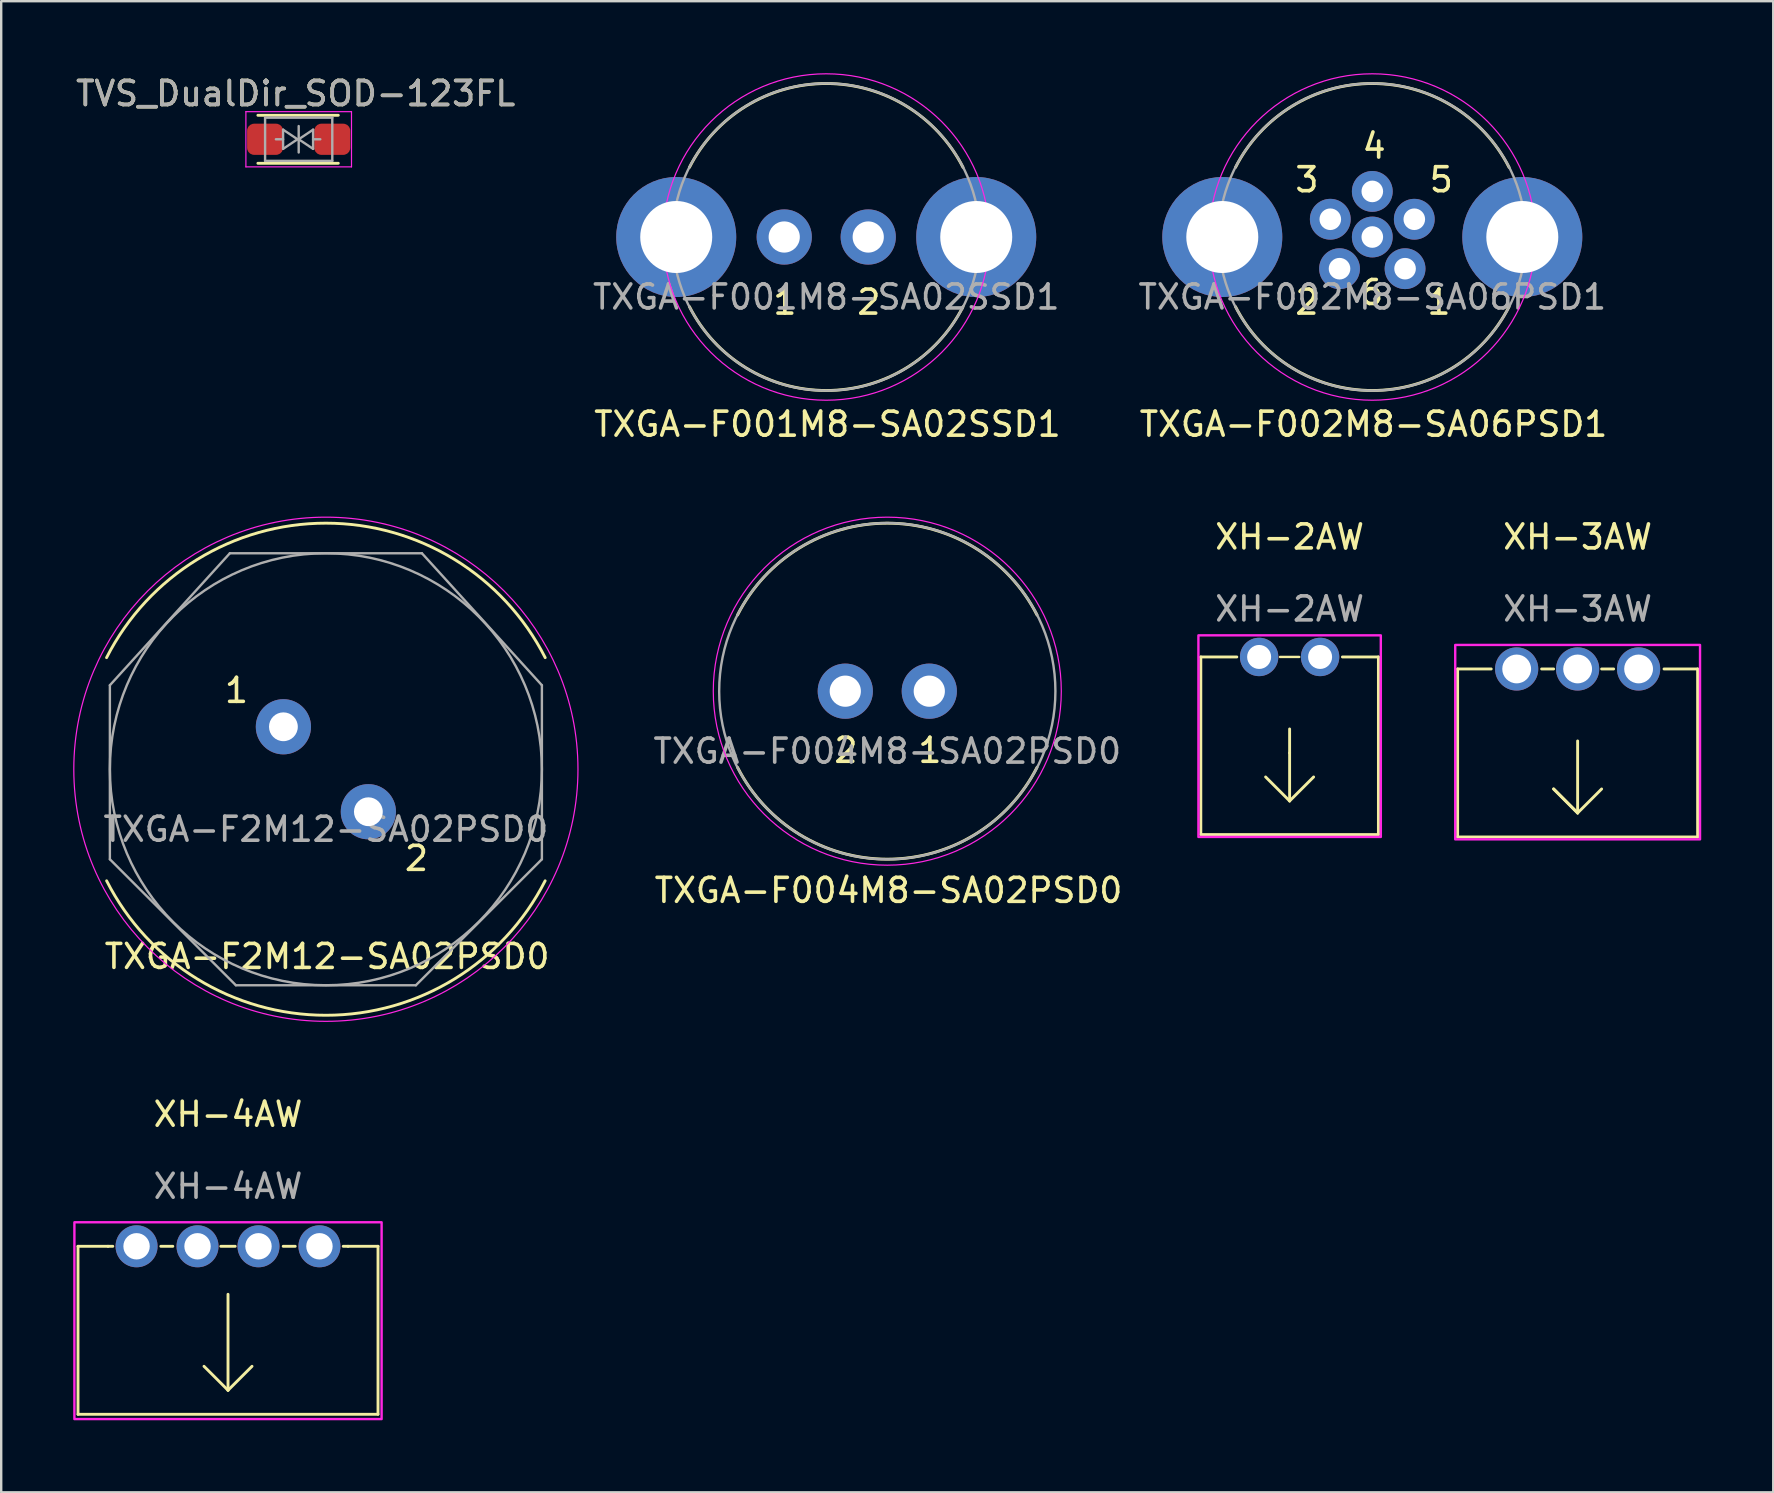
<source format=kicad_pcb>
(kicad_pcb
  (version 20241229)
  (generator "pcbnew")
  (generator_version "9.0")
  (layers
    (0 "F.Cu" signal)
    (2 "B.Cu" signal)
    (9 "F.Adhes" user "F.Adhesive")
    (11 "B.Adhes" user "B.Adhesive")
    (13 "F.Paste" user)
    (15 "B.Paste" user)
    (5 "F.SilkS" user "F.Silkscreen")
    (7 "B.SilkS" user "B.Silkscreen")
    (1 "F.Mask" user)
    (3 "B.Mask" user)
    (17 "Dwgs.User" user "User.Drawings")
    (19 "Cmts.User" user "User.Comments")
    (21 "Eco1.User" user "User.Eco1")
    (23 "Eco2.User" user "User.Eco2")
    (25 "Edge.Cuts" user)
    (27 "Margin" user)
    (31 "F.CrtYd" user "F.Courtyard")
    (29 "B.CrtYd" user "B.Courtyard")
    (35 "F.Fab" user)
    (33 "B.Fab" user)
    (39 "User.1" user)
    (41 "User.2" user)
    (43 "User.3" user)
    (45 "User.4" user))
  (footprint "TXGA-F004M8-SA02PSD0"
    (layer "F.Cu")
    (at 33.919 25.748)
    (property "Reference" "TXGA-F004M8-SA02PSD0" (at 0.05 8.3 0) (unlocked yes) (layer "F.SilkS") (effects (font (size 1 1) (thickness 0.15))))
    (attr through_hole)
    (fp_arc (start -6.238946 -3.1742) (mid 0 -6.999999) (end 6.238946 -3.1742) (stroke (width 0.12) (type default)) (layer "F.SilkS"))
    (fp_arc (start 6.238946 3.1742) (mid 0 6.999999) (end -6.238946 3.1742) (stroke (width 0.12) (type default)) (layer "F.SilkS"))
    (fp_circle (center 0 0) (end 7.25 0) (stroke (width 0.05) (type default)) (fill no) (layer "F.CrtYd"))
    (fp_circle (center 0 0) (end 7 0.25) (stroke (width 0.1) (type default)) (fill no) (layer "F.Fab"))
    (fp_text user "2" (at -2.3 3.05 0) (unlocked yes) (layer "F.SilkS") (effects (font (size 1 1) (thickness 0.15)) (justify left bottom)))
    (fp_text user "1" (at 1.2 3.05 0) (unlocked yes) (layer "F.SilkS") (effects (font (size 1 1) (thickness 0.15)) (justify left bottom)))
    (fp_text user "${REFERENCE}" (at 0 2.5 0) (unlocked yes) (layer "F.Fab") (effects (font (size 1 1) (thickness 0.15))))
    (pad "1" thru_hole circle (at -1.75 0) (size 2.3 2.3) (drill 1.3) (layers "*.Cu" "*.Mask"))
    (pad "2" thru_hole circle (at 1.75 0) (size 2.3 2.3) (drill 1.3) (layers "*.Cu" "*.Mask")))
  (footprint "XH-3AW"
    (layer "F.Cu")
    (at 62.682 24.822)
    (property "Reference" "XH-3AW" (at 0 -5.5 0) (unlocked yes) (layer "F.SilkS") (effects (font (size 1 1) (thickness 0.15))))
    (attr through_hole)
    (fp_line (start -5 0) (end -5 7) (stroke (width 0.12) (type solid)) (layer "F.SilkS"))
    (fp_line (start -5 0) (end -3.6 0) (stroke (width 0.12) (type solid)) (layer "F.SilkS"))
    (fp_line (start -5 7) (end 5 7) (stroke (width 0.12) (type solid)) (layer "F.SilkS"))
    (fp_line (start -1.5 0) (end -1 0) (stroke (width 0.12) (type solid)) (layer "F.SilkS"))
    (fp_line (start -1 5) (end 0 6) (stroke (width 0.12) (type solid)) (layer "F.SilkS"))
    (fp_line (start 0 3) (end 0 6) (stroke (width 0.12) (type solid)) (layer "F.SilkS"))
    (fp_line (start 0 6) (end -1 5) (stroke (width 0.12) (type solid)) (layer "F.SilkS"))
    (fp_line (start 0 6) (end 1 5) (stroke (width 0.12) (type solid)) (layer "F.SilkS"))
    (fp_line (start 1 0) (end 1.5 0) (stroke (width 0.12) (type solid)) (layer "F.SilkS"))
    (fp_line (start 5 0) (end 3.6 0) (stroke (width 0.12) (type solid)) (layer "F.SilkS"))
    (fp_line (start 5 7) (end 5 0) (stroke (width 0.12) (type solid)) (layer "F.SilkS"))
    (fp_rect (start -5.1 7.1) (end 5.1 -1) (stroke (width 0.1) (type solid)) (fill no) (layer "F.CrtYd"))
    (fp_text user "${REFERENCE}" (at 0 -2.5 0) (unlocked yes) (layer "F.Fab") (effects (font (size 1 1) (thickness 0.15))))
    (pad "1" thru_hole circle (at -2.54 0) (size 1.8 1.8) (drill 1.2) (layers "*.Cu" "*.Mask"))
    (pad "2" thru_hole circle (at 0 0) (size 1.8 1.8) (drill 1.2) (layers "*.Cu" "*.Mask"))
    (pad "3" thru_hole circle (at 2.54 0) (size 1.8 1.8) (drill 1.2) (layers "*.Cu" "*.Mask")))
  (footprint "TVS_DualDir_SOD-123FL"
    (layer "F.Cu")
    (at 9.395 2.753)
    (property "Reference" "TVS_DualDir_SOD-123FL" (at -0.127 -1.905 0) (layer "F.SilkS") (effects (font (size 1 1) (thickness 0.15))))
    (attr smd)
    (fp_line (start -1.7 -1) (end 1.65 -1) (stroke (width 0.12) (type solid)) (layer "F.SilkS"))
    (fp_line (start -1.7 1) (end 1.65 1) (stroke (width 0.12) (type solid)) (layer "F.SilkS"))
    (fp_line (start -2.2 -1.15) (end -2.2 1.15) (stroke (width 0.05) (type solid)) (layer "F.CrtYd"))
    (fp_line (start -2.2 -1.15) (end 2.2 -1.15) (stroke (width 0.05) (type solid)) (layer "F.CrtYd"))
    (fp_line (start 2.2 -1.15) (end 2.2 1.15) (stroke (width 0.05) (type solid)) (layer "F.CrtYd"))
    (fp_line (start 2.2 1.15) (end -2.2 1.15) (stroke (width 0.05) (type solid)) (layer "F.CrtYd"))
    (fp_line (start -1.4 -0.9) (end 1.4 -0.9) (stroke (width 0.1) (type solid)) (layer "F.Fab"))
    (fp_line (start -1.4 0.9) (end -1.4 -0.9) (stroke (width 0.1) (type solid)) (layer "F.Fab"))
    (fp_line (start -0.95 0) (end -0.65 0) (stroke (width 0.1) (type solid)) (layer "F.Fab"))
    (fp_line (start -0.65 -0.4) (end -0.05 0) (stroke (width 0.1) (type solid)) (layer "F.Fab"))
    (fp_line (start -0.65 0.4) (end -0.65 -0.4) (stroke (width 0.1) (type solid)) (layer "F.Fab"))
    (fp_line (start -0.05 0) (end -0.65 0.4) (stroke (width 0.1) (type solid)) (layer "F.Fab"))
    (fp_line (start 0 0) (end 0 -0.55) (stroke (width 0.1) (type solid)) (layer "F.Fab"))
    (fp_line (start 0 0) (end 0 0.55) (stroke (width 0.1) (type solid)) (layer "F.Fab"))
    (fp_line (start 0 0) (end 0.6 -0.4) (stroke (width 0.1) (type solid)) (layer "F.Fab"))
    (fp_line (start 0.6 -0.4) (end 0.6 0.4) (stroke (width 0.1) (type solid)) (layer "F.Fab"))
    (fp_line (start 0.6 0) (end 0.9 0) (stroke (width 0.1) (type solid)) (layer "F.Fab"))
    (fp_line (start 0.6 0.4) (end 0 0) (stroke (width 0.1) (type solid)) (layer "F.Fab"))
    (fp_line (start 1.4 -0.9) (end 1.4 0.9) (stroke (width 0.1) (type solid)) (layer "F.Fab"))
    (fp_line (start 1.4 0.9) (end -1.4 0.9) (stroke (width 0.1) (type solid)) (layer "F.Fab"))
    (fp_text user "${REFERENCE}" (at -0.127 -1.905 0) (layer "F.Fab") (effects (font (size 1 1) (thickness 0.15))))
    (pad "1" smd roundrect (at -1.4 0) (size 1.5 1.3) (layers "F.Cu" "F.Mask" "F.Paste") (roundrect_rratio 0.227))
    (pad "2" smd roundrect (at 1.4 0) (size 1.5 1.3) (layers "F.Cu" "F.Mask" "F.Paste") (roundrect_rratio 0.227)))
  (footprint "TXGA-F002M8-SA06PSD1"
    (layer "F.Cu")
    (at 54.127 6.825)
    (property "Reference" "TXGA-F002M8-SA06PSD1" (at 0.05 7.8 0) (unlocked yes) (layer "F.SilkS") (effects (font (size 1 1) (thickness 0.15))))
    (attr through_hole)
    (fp_arc (start -5.699999 -2.9) (mid 0 -6.39531) (end 5.699999 -2.9) (stroke (width 0.12) (type default)) (layer "F.SilkS"))
    (fp_arc (start 5.699999 2.9) (mid 0 6.39531) (end -5.699999 2.9) (stroke (width 0.12) (type default)) (layer "F.SilkS"))
    (fp_circle (center 0 0) (end 6.8 0) (stroke (width 0.05) (type default)) (fill no) (layer "F.CrtYd"))
    (fp_circle (center 0 0) (end 6.4 0) (stroke (width 0.1) (type default)) (fill no) (layer "F.Fab"))
    (fp_text user "6" (at -0.6 2.9 0) (unlocked yes) (layer "F.SilkS") (effects (font (size 1 1) (thickness 0.15)) (justify left bottom)))
    (fp_text user "5" (at 2.3 -1.8 0) (unlocked yes) (layer "F.SilkS") (effects (font (size 1 1) (thickness 0.15)) (justify left bottom)))
    (fp_text user "4" (at -0.5 -3.2 0) (unlocked yes) (layer "F.SilkS") (effects (font (size 1 1) (thickness 0.15)) (justify left bottom)))
    (fp_text user "2" (at -3.3 3.3 0) (unlocked yes) (layer "F.SilkS") (effects (font (size 1 1) (thickness 0.15)) (justify left bottom)))
    (fp_text user "3" (at -3.3 -1.8 0) (unlocked yes) (layer "F.SilkS") (effects (font (size 1 1) (thickness 0.15)) (justify left bottom)))
    (fp_text user "1" (at 2.2 3.3 0) (unlocked yes) (layer "F.SilkS") (effects (font (size 1 1) (thickness 0.15)) (justify left bottom)))
    (fp_text user "${REFERENCE}" (at 0 2.5 0) (unlocked yes) (layer "F.Fab") (effects (font (size 1 1) (thickness 0.15))))
    (pad "1" thru_hole circle (at 1.365 1.32) (size 1.7 1.7) (drill 0.9) (layers "*.Cu" "*.Mask"))
    (pad "2" thru_hole circle (at -1.365 1.32) (size 1.7 1.7) (drill 0.9) (layers "*.Cu" "*.Mask"))
    (pad "3" thru_hole circle (at -1.75 -0.74) (size 1.7 1.7) (drill 0.9) (layers "*.Cu" "*.Mask"))
    (pad "4" thru_hole circle (at 0 -1.9) (size 1.7 1.7) (drill 0.9) (layers "*.Cu" "*.Mask"))
    (pad "5" thru_hole circle (at 1.75 -0.74) (size 1.7 1.7) (drill 0.9) (layers "*.Cu" "*.Mask"))
    (pad "6" thru_hole circle (at 0 0) (size 1.7 1.7) (drill 0.9) (layers "*.Cu" "*.Mask"))
    (pad "SH" thru_hole circle (at -6.25 0) (size 5 5) (drill 3) (property pad_prop_heatsink) (layers "*.Cu" "*.Mask"))
    (pad "SH" thru_hole circle (at 6.25 0) (size 5 5) (drill 3) (property pad_prop_heatsink) (layers "*.Cu" "*.Mask")))
  (footprint "TXGA-F001M8-SA02SSD1"
    (layer "F.Cu")
    (at 31.375 6.825)
    (property "Reference" "TXGA-F001M8-SA02SSD1" (at 0.05 7.8 0) (unlocked yes) (layer "F.SilkS") (effects (font (size 1 1) (thickness 0.15))))
    (attr through_hole)
    (fp_arc (start -5.699999 -2.9) (mid 0 -6.39531) (end 5.699999 -2.9) (stroke (width 0.12) (type default)) (layer "F.SilkS"))
    (fp_arc (start 5.699999 2.9) (mid 0 6.39531) (end -5.699999 2.9) (stroke (width 0.12) (type default)) (layer "F.SilkS"))
    (fp_circle (center 0 0) (end 6.8 0) (stroke (width 0.05) (type default)) (fill no) (layer "F.CrtYd"))
    (fp_circle (center 0 0) (end 6.4 0) (stroke (width 0.1) (type default)) (fill no) (layer "F.Fab"))
    (fp_text user "2" (at 1.2 3.3 0) (unlocked yes) (layer "F.SilkS") (effects (font (size 1 1) (thickness 0.15)) (justify left bottom)))
    (fp_text user "1" (at -2.3 3.3 0) (unlocked yes) (layer "F.SilkS") (effects (font (size 1 1) (thickness 0.15)) (justify left bottom)))
    (fp_text user "${REFERENCE}" (at 0 2.5 0) (unlocked yes) (layer "F.Fab") (effects (font (size 1 1) (thickness 0.15))))
    (pad "1" thru_hole circle (at -1.75 0) (size 2.3 2.3) (drill 1.3) (layers "*.Cu" "*.Mask"))
    (pad "2" thru_hole circle (at 1.75 0) (size 2.3 2.3) (drill 1.3) (layers "*.Cu" "*.Mask"))
    (pad "SH" thru_hole circle (at -6.25 0) (size 5 5) (drill 3) (property pad_prop_heatsink) (layers "*.Cu" "*.Mask"))
    (pad "SH" thru_hole circle (at 6.25 0) (size 5 5) (drill 3) (property pad_prop_heatsink) (layers "*.Cu" "*.Mask")))
  (footprint "XH-4AW"
    (layer "F.Cu")
    (at 6.45 48.877)
    (property "Reference" "XH-4AW" (at 0 -5.5 0) (unlocked yes) (layer "F.SilkS") (effects (font (size 1 1) (thickness 0.15))))
    (attr through_hole)
    (fp_line (start -6.25 0) (end -6.25 7) (stroke (width 0.12) (type solid)) (layer "F.SilkS"))
    (fp_line (start -6.25 0) (end -5 0) (stroke (width 0.12) (type solid)) (layer "F.SilkS"))
    (fp_line (start -6.25 7) (end 6.25 7) (stroke (width 0.12) (type solid)) (layer "F.SilkS"))
    (fp_line (start -5 0) (end -4.8 0) (stroke (width 0.12) (type solid)) (layer "F.SilkS"))
    (fp_line (start -2.8 0) (end -2.3 0) (stroke (width 0.12) (type solid)) (layer "F.SilkS"))
    (fp_line (start -0.3 0) (end 0.3 0) (stroke (width 0.12) (type solid)) (layer "F.SilkS"))
    (fp_line (start 0 2) (end 0 6) (stroke (width 0.12) (type solid)) (layer "F.SilkS"))
    (fp_line (start 0 6) (end -1 5) (stroke (width 0.12) (type solid)) (layer "F.SilkS"))
    (fp_line (start 0 6) (end 1 5) (stroke (width 0.12) (type solid)) (layer "F.SilkS"))
    (fp_line (start 2.3 0) (end 2.8 0) (stroke (width 0.12) (type solid)) (layer "F.SilkS"))
    (fp_line (start 5 0) (end 4.8 0) (stroke (width 0.12) (type solid)) (layer "F.SilkS"))
    (fp_line (start 6.25 0) (end 5 0) (stroke (width 0.12) (type solid)) (layer "F.SilkS"))
    (fp_line (start 6.25 7) (end 6.25 0) (stroke (width 0.12) (type solid)) (layer "F.SilkS"))
    (fp_rect (start -6.4 7.2) (end 6.4 -1) (stroke (width 0.1) (type solid)) (fill no) (layer "F.CrtYd"))
    (fp_text user "${REFERENCE}" (at 0 -2.5 0) (unlocked yes) (layer "F.Fab") (effects (font (size 1 1) (thickness 0.15))))
    (pad "1" thru_hole circle (at -3.81 0) (size 1.75 1.75) (drill 1.1) (layers "*.Cu" "*.Mask"))
    (pad "2" thru_hole circle (at -1.27 0) (size 1.75 1.75) (drill 1.1) (layers "*.Cu" "*.Mask"))
    (pad "3" thru_hole circle (at 1.27 0) (size 1.75 1.75) (drill 1.1) (layers "*.Cu" "*.Mask"))
    (pad "4" thru_hole circle (at 3.81 0) (size 1.75 1.75) (drill 1.1) (layers "*.Cu" "*.Mask")))
  (footprint "TXGA-F2M12-SA02PSD0"
    (layer "F.Cu")
    (at 10.528 29.001)
    (property "Reference" "TXGA-F2M12-SA02PSD0" (at 0.05 7.8 0) (unlocked yes) (layer "F.SilkS") (effects (font (size 1 1) (thickness 0.15))))
    (attr through_hole)
    (fp_arc (start -9.138318 -4.649316) (mid 0 -10.253048) (end 9.138318 -4.649316) (stroke (width 0.12) (type default)) (layer "F.SilkS"))
    (fp_arc (start 9.135601 4.647934) (mid 0 10.25) (end -9.135601 4.647934) (stroke (width 0.12) (type default)) (layer "F.SilkS"))
    (fp_circle (center 0 0) (end 10.5 0.25) (stroke (width 0.05) (type default)) (fill no) (layer "F.CrtYd"))
    (fp_line (start -9 3.75) (end -9 -3.5) (stroke (width 0.1) (type default)) (layer "F.Fab"))
    (fp_line (start -9 3.75) (end -3.75 9) (stroke (width 0.1) (type default)) (layer "F.Fab"))
    (fp_line (start -4 -9) (end -9 -3.5) (stroke (width 0.1) (type default)) (layer "F.Fab"))
    (fp_line (start -4 -9) (end 4 -9) (stroke (width 0.1) (type default)) (layer "F.Fab"))
    (fp_line (start -3.75 9) (end 3.75 9) (stroke (width 0.1) (type default)) (layer "F.Fab"))
    (fp_line (start 4 -9) (end 9 -3.5) (stroke (width 0.1) (type default)) (layer "F.Fab"))
    (fp_line (start 9 3.75) (end 3.75 9) (stroke (width 0.1) (type default)) (layer "F.Fab"))
    (fp_line (start 9 3.75) (end 9 -3.5) (stroke (width 0.1) (type default)) (layer "F.Fab"))
    (fp_circle (center 0 0) (end 9 0) (stroke (width 0.1) (type default)) (fill no) (layer "F.Fab"))
    (fp_text user "2" (at 3.2 4.3 0) (unlocked yes) (layer "F.SilkS") (effects (font (size 1 1) (thickness 0.15)) (justify left bottom)))
    (fp_text user "1" (at -4.3 -2.7 0) (unlocked yes) (layer "F.SilkS") (effects (font (size 1 1) (thickness 0.15)) (justify left bottom)))
    (fp_text user "${REFERENCE}" (at 0 2.5 0) (unlocked yes) (layer "F.Fab") (effects (font (size 1 1) (thickness 0.15))))
    (pad "1" thru_hole circle (at -1.77 -1.77) (size 2.3 2.3) (drill 1.2) (layers "*.Cu" "*.Mask"))
    (pad "2" thru_hole circle (at 1.77 1.77) (size 2.3 2.3) (drill 1.2) (layers "*.Cu" "*.Mask")))
  (footprint "XH-2AW"
    (layer "F.Cu")
    (at 50.682 24.322)
    (property "Reference" "XH-2AW" (at 0 -5 0) (unlocked yes) (layer "F.SilkS") (effects (font (size 1 1) (thickness 0.15))))
    (attr through_hole)
    (fp_line (start -3.7 0) (end -3.7 7.4) (stroke (width 0.12) (type solid)) (layer "F.SilkS"))
    (fp_line (start -3.7 0) (end -2.2 0) (stroke (width 0.12) (type solid)) (layer "F.SilkS"))
    (fp_line (start -3.7 7.4) (end 3.7 7.4) (stroke (width 0.12) (type solid)) (layer "F.SilkS"))
    (fp_line (start -0.4 0) (end 0.4 0) (stroke (width 0.1) (type solid)) (layer "F.SilkS"))
    (fp_line (start 0 4) (end 0 3) (stroke (width 0.12) (type solid)) (layer "F.SilkS"))
    (fp_line (start 0 4) (end 0 6) (stroke (width 0.12) (type solid)) (layer "F.SilkS"))
    (fp_line (start 0 6) (end -1 5) (stroke (width 0.12) (type solid)) (layer "F.SilkS"))
    (fp_line (start 0 6) (end 1 5) (stroke (width 0.12) (type solid)) (layer "F.SilkS"))
    (fp_line (start 3.7 0) (end 2.2 0) (stroke (width 0.12) (type solid)) (layer "F.SilkS"))
    (fp_line (start 3.7 7.4) (end 3.7 0) (stroke (width 0.12) (type solid)) (layer "F.SilkS"))
    (fp_rect (start -3.8 7.5) (end 3.8 -0.9) (stroke (width 0.1) (type solid)) (fill no) (layer "F.CrtYd"))
    (fp_text user "${REFERENCE}" (at 0 -2 0) (unlocked yes) (layer "F.Fab") (effects (font (size 1 1) (thickness 0.15))))
    (pad "1" thru_hole circle (at -1.27 0) (size 1.6 1.6) (drill 1) (layers "*.Cu" "*.Mask"))
    (pad "2" thru_hole circle (at 1.27 0) (size 1.6 1.6) (drill 1) (layers "*.Cu" "*.Mask")))
  (gr_rect
    (start -3 -3)
    (end 70.832 59.127)
    (stroke (width 0.1) (type default))
    (fill no)
    (layer "Edge.Cuts")))
</source>
